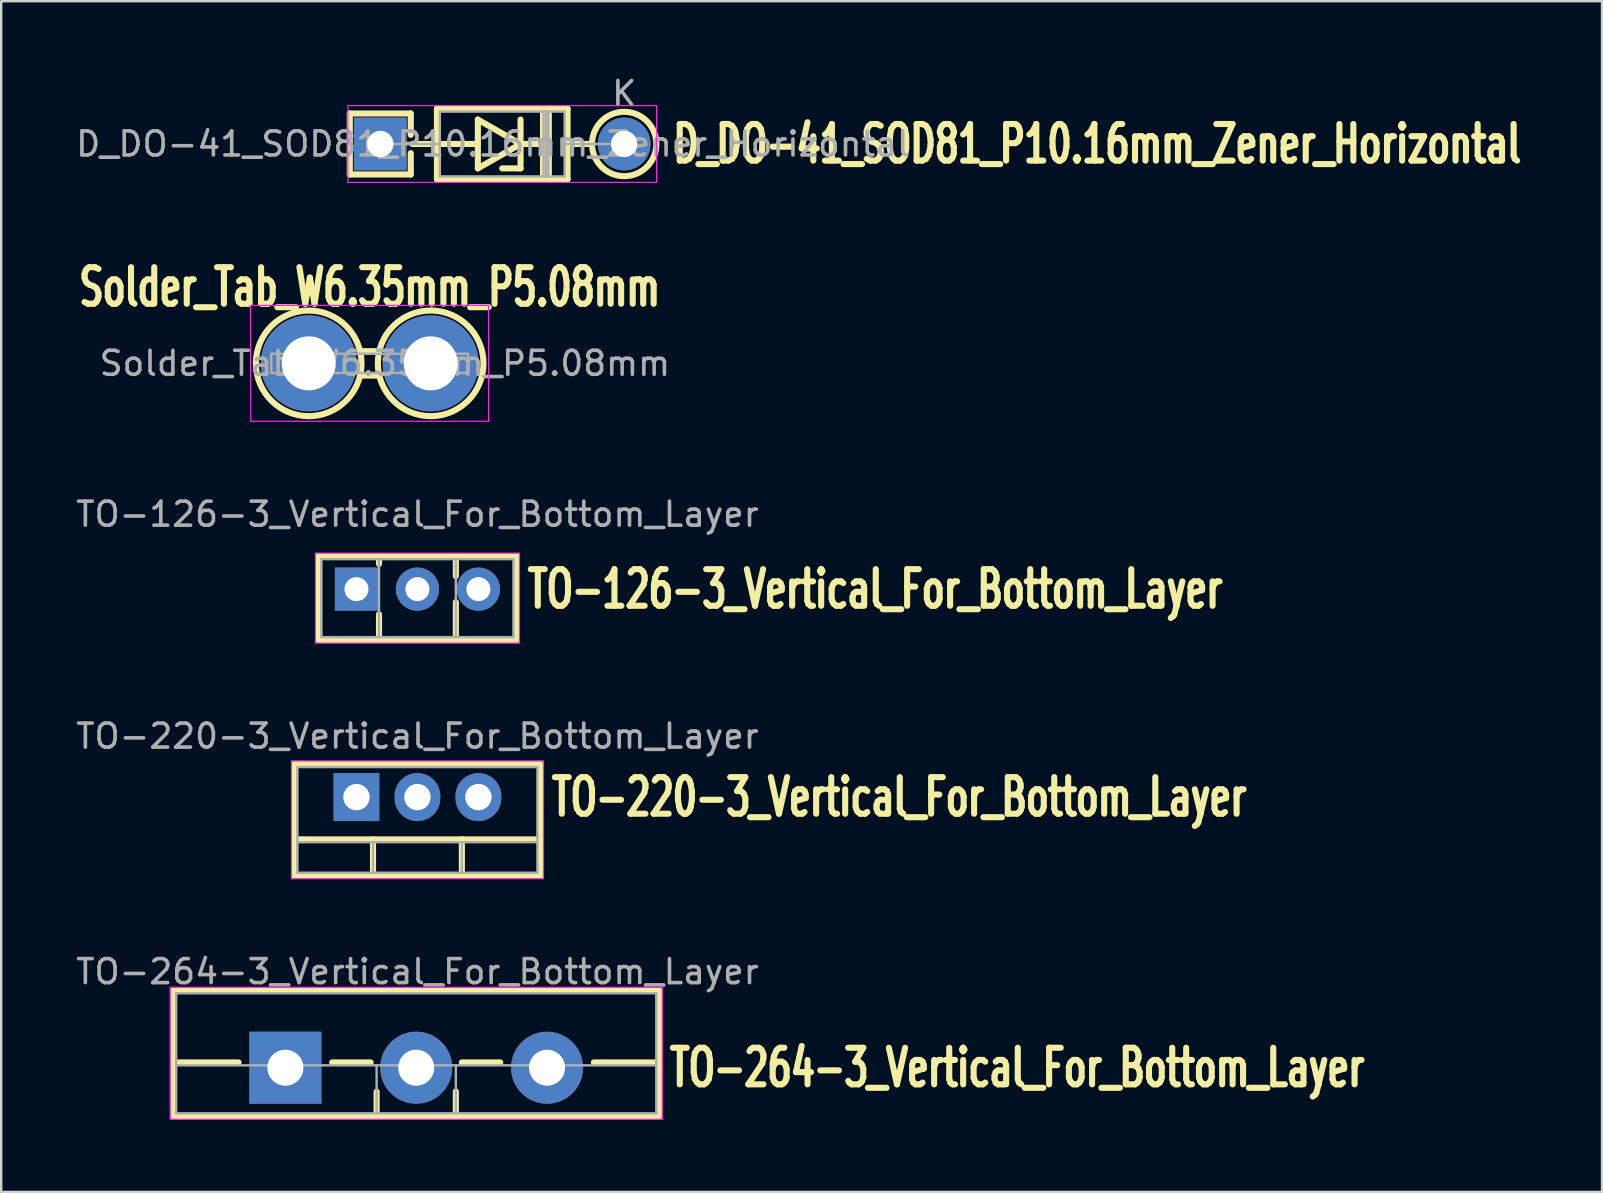
<source format=kicad_pcb>
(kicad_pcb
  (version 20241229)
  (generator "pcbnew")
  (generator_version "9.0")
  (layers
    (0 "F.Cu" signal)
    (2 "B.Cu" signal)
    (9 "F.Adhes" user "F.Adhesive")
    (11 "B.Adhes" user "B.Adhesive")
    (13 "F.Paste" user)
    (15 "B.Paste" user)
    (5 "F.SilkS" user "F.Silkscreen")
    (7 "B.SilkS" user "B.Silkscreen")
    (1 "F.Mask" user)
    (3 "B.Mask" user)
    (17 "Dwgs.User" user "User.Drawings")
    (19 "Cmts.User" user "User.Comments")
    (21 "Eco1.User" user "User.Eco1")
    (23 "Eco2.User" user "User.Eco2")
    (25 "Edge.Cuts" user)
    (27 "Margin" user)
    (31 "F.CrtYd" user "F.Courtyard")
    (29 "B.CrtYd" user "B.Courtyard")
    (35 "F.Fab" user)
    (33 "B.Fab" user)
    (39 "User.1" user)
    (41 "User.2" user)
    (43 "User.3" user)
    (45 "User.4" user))
  (footprint "TO-220-3_Vertical_For_Bottom_Layer"
    (layer "F.Cu")
    (at 11.799 30.155)
    (property "Reference" "TO-220-3_Vertical_For_Bottom_Layer" (at 8 0 0) (layer "F.SilkS") (effects (font (size 1.524 1.016) (thickness 0.254)) (justify left)))
    (attr through_hole)
    (fp_line (start -2.58 -1.371) (end 7.66 -1.371) (stroke (width 0.254) (type solid)) (layer "F.SilkS"))
    (fp_line (start -2.58 1.76) (end 7.66 1.76) (stroke (width 0.254) (type solid)) (layer "F.SilkS"))
    (fp_line (start -2.58 3.27) (end -2.58 -1.371) (stroke (width 0.254) (type solid)) (layer "F.SilkS"))
    (fp_line (start -2.58 3.27) (end 7.66 3.27) (stroke (width 0.254) (type solid)) (layer "F.SilkS"))
    (fp_line (start 0.69 3.27) (end 0.69 1.76) (stroke (width 0.254) (type solid)) (layer "F.SilkS"))
    (fp_line (start 4.391 3.27) (end 4.391 1.76) (stroke (width 0.254) (type solid)) (layer "F.SilkS"))
    (fp_line (start 7.66 3.27) (end 7.66 -1.371) (stroke (width 0.254) (type solid)) (layer "F.SilkS"))
    (fp_line (start -2.71 -1.51) (end 7.79 -1.51) (stroke (width 0.05) (type solid)) (layer "F.CrtYd"))
    (fp_line (start -2.71 3.4) (end -2.71 -1.51) (stroke (width 0.05) (type solid)) (layer "F.CrtYd"))
    (fp_line (start 7.79 -1.51) (end 7.79 3.4) (stroke (width 0.05) (type solid)) (layer "F.CrtYd"))
    (fp_line (start 7.79 3.4) (end -2.71 3.4) (stroke (width 0.05) (type solid)) (layer "F.CrtYd"))
    (fp_line (start -2.46 -1.25) (end 7.54 -1.25) (stroke (width 0.1) (type solid)) (layer "F.Fab"))
    (fp_line (start -2.46 1.88) (end 7.54 1.88) (stroke (width 0.1) (type solid)) (layer "F.Fab"))
    (fp_line (start -2.46 3.15) (end -2.46 -1.25) (stroke (width 0.1) (type solid)) (layer "F.Fab"))
    (fp_line (start 0.69 3.15) (end 0.69 1.88) (stroke (width 0.1) (type solid)) (layer "F.Fab"))
    (fp_line (start 4.39 3.15) (end 4.39 1.88) (stroke (width 0.1) (type solid)) (layer "F.Fab"))
    (fp_line (start 7.54 -1.25) (end 7.54 3.15) (stroke (width 0.1) (type solid)) (layer "F.Fab"))
    (fp_line (start 7.54 3.15) (end -2.46 3.15) (stroke (width 0.1) (type solid)) (layer "F.Fab"))
    (fp_text user "${REFERENCE}" (at 2.54 -2.54 180) (layer "F.Fab") (effects (font (size 1 1) (thickness 0.15))))
    (pad "1" thru_hole oval (at 2.54 0 180) (size 1.905 2) (drill 1.1) (layers "*.Cu" "*.Mask"))
    (pad "2" thru_hole rect (at 0 0 180) (size 1.905 2) (drill 1.1) (layers "*.Cu" "*.Mask"))
    (pad "3" thru_hole oval (at 5.08 0 180) (size 1.905 2) (drill 1.1) (layers "*.Cu" "*.Mask")))
  (footprint "TO-126-3_Vertical_For_Bottom_Layer"
    (layer "F.Cu")
    (at 11.799 21.492)
    (property "Reference" "TO-126-3_Vertical_For_Bottom_Layer" (at 7 0 0) (layer "F.SilkS") (effects (font (size 1.524 1.016) (thickness 0.254)) (justify left)))
    (attr through_hole)
    (fp_line (start -1.58 -1.37) (end 6.66 -1.37) (stroke (width 0.254) (type solid)) (layer "F.SilkS"))
    (fp_line (start -1.58 2.12) (end -1.58 -1.37) (stroke (width 0.254) (type solid)) (layer "F.SilkS"))
    (fp_line (start -1.58 2.12) (end 6.66 2.12) (stroke (width 0.254) (type solid)) (layer "F.SilkS"))
    (fp_line (start 0.94 -1.05) (end 0.94 -1.37) (stroke (width 0.254) (type solid)) (layer "F.SilkS"))
    (fp_line (start 0.94 2.12) (end 0.94 1.05) (stroke (width 0.254) (type solid)) (layer "F.SilkS"))
    (fp_line (start 4.141 -0.54) (end 4.141 -1.37) (stroke (width 0.254) (type solid)) (layer "F.SilkS"))
    (fp_line (start 4.141 2.12) (end 4.141 0.54) (stroke (width 0.254) (type solid)) (layer "F.SilkS"))
    (fp_line (start 6.66 2.12) (end 6.66 -1.37) (stroke (width 0.254) (type solid)) (layer "F.SilkS"))
    (fp_line (start -1.71 -1.5) (end 6.79 -1.5) (stroke (width 0.05) (type solid)) (layer "F.CrtYd"))
    (fp_line (start -1.71 2.25) (end -1.71 -1.5) (stroke (width 0.05) (type solid)) (layer "F.CrtYd"))
    (fp_line (start 6.79 -1.5) (end 6.79 2.25) (stroke (width 0.05) (type solid)) (layer "F.CrtYd"))
    (fp_line (start 6.79 2.25) (end -1.71 2.25) (stroke (width 0.05) (type solid)) (layer "F.CrtYd"))
    (fp_line (start -1.46 -1.25) (end 6.54 -1.25) (stroke (width 0.1) (type solid)) (layer "F.Fab"))
    (fp_line (start -1.46 2) (end -1.46 -1.25) (stroke (width 0.1) (type solid)) (layer "F.Fab"))
    (fp_line (start 0.94 2) (end 0.94 -1.25) (stroke (width 0.1) (type solid)) (layer "F.Fab"))
    (fp_line (start 4.14 2) (end 4.14 -1.25) (stroke (width 0.1) (type solid)) (layer "F.Fab"))
    (fp_line (start 6.54 -1.25) (end 6.54 2) (stroke (width 0.1) (type solid)) (layer "F.Fab"))
    (fp_line (start 6.54 2) (end -1.46 2) (stroke (width 0.1) (type solid)) (layer "F.Fab"))
    (fp_text user "${REFERENCE}" (at 2.54 -3.12 0) (layer "F.Fab") (effects (font (size 1 1) (thickness 0.15))))
    (pad "1" thru_hole oval (at 2.54 0 180) (size 1.8 1.8) (drill 1) (layers "*.Cu" "*.Mask"))
    (pad "2" thru_hole oval (at 5.08 0 180) (size 1.8 1.8) (drill 1) (layers "*.Cu" "*.Mask"))
    (pad "3" thru_hole rect (at 0 0 180) (size 1.8 1.8) (drill 1) (layers "*.Cu" "*.Mask")))
  (footprint "Solder_Tab_W6.35mm_P5.08mm"
    (layer "F.Cu")
    (at 9.81 12.086)
    (property "Reference" "Solder_Tab_W6.35mm_P5.08mm" (at 2.54 -3.175 0) (unlocked yes) (layer "F.SilkS") (effects (font (size 1.524 1.016) (thickness 0.254))))
    (attr smd)
    (fp_line (start 2.159 -0.508) (end 2.921 -0.508) (stroke (width 0.254) (type solid)) (layer "F.SilkS"))
    (fp_line (start 2.159 0.508) (end 2.921 0.508) (stroke (width 0.254) (type solid)) (layer "F.SilkS"))
    (fp_circle (center 0 0) (end -2.2 0) (stroke (width 0.254) (type solid)) (fill no) (layer "F.SilkS"))
    (fp_circle (center 5.08 0) (end 7.28 0) (stroke (width 0.254) (type solid)) (fill no) (layer "F.SilkS"))
    (fp_line (start -2.426 -2.4) (end -2.413 2.413) (stroke (width 0.05) (type solid)) (layer "F.CrtYd"))
    (fp_line (start -2.413 2.413) (end 7.493 2.413) (stroke (width 0.05) (type solid)) (layer "F.CrtYd"))
    (fp_line (start 7.493 -2.413) (end -2.413 -2.413) (stroke (width 0.05) (type solid)) (layer "F.CrtYd"))
    (fp_line (start 7.493 2.413) (end 7.493 -2.413) (stroke (width 0.05) (type solid)) (layer "F.CrtYd"))
    (fp_rect (start -1.56 0.4) (end 6.64 -0.4) (stroke (width 0.1) (type solid)) (fill no) (layer "F.Fab"))
    (fp_text user "${REFERENCE}" (at 3.175 0 0) (unlocked yes) (layer "F.Fab") (effects (font (size 1 1) (thickness 0.15))))
    (pad "1" thru_hole circle (at 0 0) (size 4 4) (drill 2.25) (layers "*.Cu" "*.Mask"))
    (pad "1" thru_hole circle (at 5.08 0) (size 4 4) (drill 2.25) (layers "*.Cu" "*.Mask")))
  (footprint "D_DO-41_SOD81_P10.16mm_Zener_Horizontal"
    (layer "F.Cu")
    (at 12.792 2.948)
    (property "Reference" "D_DO-41_SOD81_P10.16mm_Zener_Horizontal" (at 12.065 0 0) (layer "F.SilkS") (effects (font (size 1.524 1.016) (thickness 0.254)) (justify left)))
    (attr through_hole)
    (fp_line (start -1.27 -1.27) (end -1.27 1.27) (stroke (width 0.254) (type solid)) (layer "F.SilkS"))
    (fp_line (start -1.27 1.27) (end 1.27 1.27) (stroke (width 0.254) (type solid)) (layer "F.SilkS"))
    (fp_line (start 1.27 -1.27) (end -1.27 -1.27) (stroke (width 0.254) (type solid)) (layer "F.SilkS"))
    (fp_line (start 1.27 -0.381) (end 1.27 -1.27) (stroke (width 0.254) (type solid)) (layer "F.SilkS"))
    (fp_line (start 1.27 1.27) (end 1.27 0.381) (stroke (width 0.254) (type solid)) (layer "F.SilkS"))
    (fp_line (start 1.34 0) (end 2.36 0) (stroke (width 0.254) (type solid)) (layer "F.SilkS"))
    (fp_line (start 2.36 -1.47) (end 2.36 1.47) (stroke (width 0.254) (type solid)) (layer "F.SilkS"))
    (fp_line (start 2.36 1.47) (end 7.8 1.47) (stroke (width 0.254) (type solid)) (layer "F.SilkS"))
    (fp_line (start 4.064 -1.016) (end 4.064 1.016) (stroke (width 0.254) (type solid)) (layer "F.SilkS"))
    (fp_line (start 4.064 0) (end 2.36 0) (stroke (width 0.254) (type solid)) (layer "F.SilkS"))
    (fp_line (start 4.064 1.016) (end 5.842 0) (stroke (width 0.254) (type solid)) (layer "F.SilkS"))
    (fp_line (start 5.842 -1.016) (end 5.842 1.016) (stroke (width 0.254) (type solid)) (layer "F.SilkS"))
    (fp_line (start 5.842 0) (end 4.064 -1.016) (stroke (width 0.254) (type solid)) (layer "F.SilkS"))
    (fp_line (start 5.842 0) (end 6.78 0) (stroke (width 0.254) (type solid)) (layer "F.SilkS"))
    (fp_line (start 5.842 1.016) (end 5.08 1.016) (stroke (width 0.254) (type solid)) (layer "F.SilkS"))
    (fp_line (start 6.78 1.47) (end 6.78 -1.47) (stroke (width 0.254) (type solid)) (layer "F.SilkS"))
    (fp_line (start 6.9 1.47) (end 6.9 -1.47) (stroke (width 0.254) (type solid)) (layer "F.SilkS"))
    (fp_line (start 7.02 1.47) (end 7.02 -1.47) (stroke (width 0.254) (type solid)) (layer "F.SilkS"))
    (fp_line (start 7.8 -1.47) (end 2.36 -1.47) (stroke (width 0.254) (type solid)) (layer "F.SilkS"))
    (fp_line (start 7.8 1.47) (end 7.8 -1.47) (stroke (width 0.254) (type solid)) (layer "F.SilkS"))
    (fp_line (start 8.82 0) (end 7.8 0) (stroke (width 0.254) (type solid)) (layer "F.SilkS"))
    (fp_circle (center 10.16 0) (end 8.82 0) (stroke (width 0.254) (type solid)) (fill no) (layer "F.SilkS"))
    (fp_line (start -1.35 -1.6) (end -1.35 1.6) (stroke (width 0.05) (type solid)) (layer "F.CrtYd"))
    (fp_line (start -1.35 1.6) (end 11.51 1.6) (stroke (width 0.05) (type solid)) (layer "F.CrtYd"))
    (fp_line (start 11.51 -1.6) (end -1.35 -1.6) (stroke (width 0.05) (type solid)) (layer "F.CrtYd"))
    (fp_line (start 11.51 1.6) (end 11.51 -1.6) (stroke (width 0.05) (type solid)) (layer "F.CrtYd"))
    (fp_line (start 0 0) (end 2.48 0) (stroke (width 0.1) (type solid)) (layer "F.Fab"))
    (fp_line (start 2.48 -1.35) (end 2.48 1.35) (stroke (width 0.1) (type solid)) (layer "F.Fab"))
    (fp_line (start 2.48 1.35) (end 7.68 1.35) (stroke (width 0.1) (type solid)) (layer "F.Fab"))
    (fp_line (start 6.8 1.35) (end 6.8 -1.35) (stroke (width 0.1) (type solid)) (layer "F.Fab"))
    (fp_line (start 6.9 1.35) (end 6.9 -1.35) (stroke (width 0.1) (type solid)) (layer "F.Fab"))
    (fp_line (start 7 1.35) (end 7 -1.35) (stroke (width 0.1) (type solid)) (layer "F.Fab"))
    (fp_line (start 7.68 -1.35) (end 2.48 -1.35) (stroke (width 0.1) (type solid)) (layer "F.Fab"))
    (fp_line (start 7.68 1.35) (end 7.68 -1.35) (stroke (width 0.1) (type solid)) (layer "F.Fab"))
    (fp_line (start 10.16 0) (end 7.68 0) (stroke (width 0.1) (type solid)) (layer "F.Fab"))
    (fp_text user "K" (at 10.16 -2.1 0) (layer "F.Fab") (effects (font (size 1 1) (thickness 0.15))))
    (fp_text user "${REFERENCE}" (at 4.69 0 180) (layer "F.Fab") (effects (font (size 1 1) (thickness 0.15))))
    (pad "1" thru_hole rect (at 0 0 180) (size 2.2 2.2) (drill 1.1) (layers "*.Cu" "*.Mask"))
    (pad "2" thru_hole oval (at 10.16 0 180) (size 2.2 2.2) (drill 1.1) (layers "*.Cu" "*.Mask")))
  (footprint "TO-264-3_Vertical_For_Bottom_Layer"
    (layer "F.Cu")
    (at 8.839 41.428)
    (property "Reference" "TO-264-3_Vertical_For_Bottom_Layer" (at 15.875 0 180) (layer "F.SilkS") (effects (font (size 1.524 1.016) (thickness 0.254)) (justify left)))
    (attr through_hole)
    (fp_line (start -4.67 -3.22) (end 15.57 -3.22) (stroke (width 0.254) (type solid)) (layer "F.SilkS"))
    (fp_line (start -4.67 -0.22) (end -1.95 -0.22) (stroke (width 0.254) (type solid)) (layer "F.SilkS"))
    (fp_line (start -4.67 2.021) (end -4.67 -3.22) (stroke (width 0.254) (type solid)) (layer "F.SilkS"))
    (fp_line (start -4.67 2.021) (end 15.57 2.021) (stroke (width 0.254) (type solid)) (layer "F.SilkS"))
    (fp_line (start 1.95 -0.22) (end 3.55 -0.22) (stroke (width 0.254) (type solid)) (layer "F.SilkS"))
    (fp_line (start 3.8 2.021) (end 3.8 1) (stroke (width 0.254) (type solid)) (layer "F.SilkS"))
    (fp_line (start 7.1 2.021) (end 7.1 0.99) (stroke (width 0.254) (type solid)) (layer "F.SilkS"))
    (fp_line (start 7.35 -0.22) (end 8.95 -0.22) (stroke (width 0.254) (type solid)) (layer "F.SilkS"))
    (fp_line (start 12.85 -0.22) (end 15.57 -0.22) (stroke (width 0.254) (type solid)) (layer "F.SilkS"))
    (fp_line (start 15.57 2.021) (end 15.57 -3.22) (stroke (width 0.254) (type solid)) (layer "F.SilkS"))
    (fp_line (start -4.8 -3.35) (end 15.7 -3.35) (stroke (width 0.05) (type solid)) (layer "F.CrtYd"))
    (fp_line (start -4.8 2.15) (end -4.8 -3.35) (stroke (width 0.05) (type solid)) (layer "F.CrtYd"))
    (fp_line (start 15.7 -3.35) (end 15.7 2.15) (stroke (width 0.05) (type solid)) (layer "F.CrtYd"))
    (fp_line (start 15.7 2.15) (end -4.8 2.15) (stroke (width 0.05) (type solid)) (layer "F.CrtYd"))
    (fp_line (start -4.55 -3.1) (end 15.45 -3.1) (stroke (width 0.1) (type solid)) (layer "F.Fab"))
    (fp_line (start -4.55 -0.1) (end 15.45 -0.1) (stroke (width 0.1) (type solid)) (layer "F.Fab"))
    (fp_line (start -4.55 1.9) (end -4.55 -3.1) (stroke (width 0.1) (type solid)) (layer "F.Fab"))
    (fp_line (start 3.8 1.9) (end 3.8 -0.1) (stroke (width 0.1) (type solid)) (layer "F.Fab"))
    (fp_line (start 7.1 1.9) (end 7.1 -0.1) (stroke (width 0.1) (type solid)) (layer "F.Fab"))
    (fp_line (start 15.45 -3.1) (end 15.45 1.9) (stroke (width 0.1) (type solid)) (layer "F.Fab"))
    (fp_line (start 15.45 1.9) (end -4.55 1.9) (stroke (width 0.1) (type solid)) (layer "F.Fab"))
    (fp_text user "${REFERENCE}" (at 5.5 -4 180) (layer "F.Fab") (effects (font (size 1 1) (thickness 0.15))))
    (pad "1" thru_hole circle (at 5.45 0 180) (size 3 3) (drill 1.5) (layers "*.Cu" "*.Mask"))
    (pad "2" thru_hole rect (at 0 0 180) (size 3 3) (drill 1.5) (layers "*.Cu" "*.Mask"))
    (pad "3" thru_hole circle (at 10.9 0 180) (size 3 3) (drill 1.5) (layers "*.Cu" "*.Mask")))
  (gr_rect
    (start -3 -3)
    (end 63.686 46.603)
    (stroke (width 0.1) (type default))
    (fill no)
    (layer "Edge.Cuts")))
</source>
